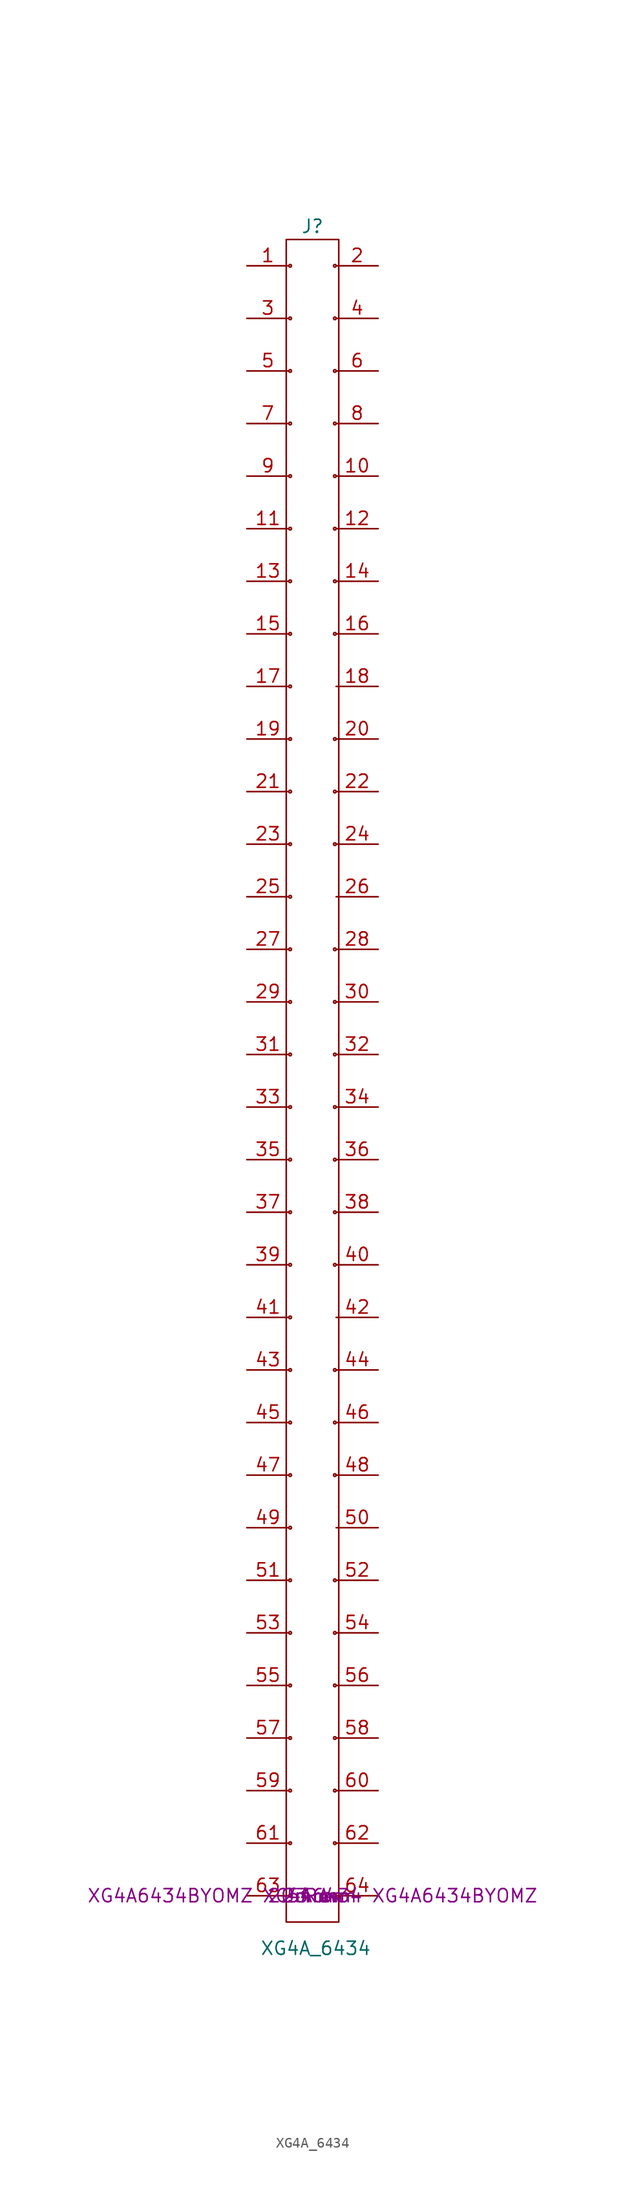
<source format=kicad_sym>
(kicad_symbol_lib
  (version 20220914)
  (generator kicad_symbol_editor)
  (symbol "XG4A_6434"
    (pin_names hide)
    (property "Reference" "J"
      (at 0 161.29 0)
      (effects (font (size 1.27 1.27))))
    (property "Value" "XG4A_6434"
      (at -5.08 -5.08 0)
      (effects (font (size 1.27 1.27)) (justify left)))
    (property "pitch" "2.54 mm"
      (at 0 0 0)
      (effects (font (size 1.27 1.27))))
    (property "Current Rating:" "3 A"
      (at 0 0 0)
      (effects (font (size 1.27 1.27))))
    (property "Number of Rows:" "2 Row"
      (at 0 0 0)
      (effects (font (size 1.27 1.27))))
    (property "Maker" "Omron"
      (at 0 0 0)
      (effects (font (size 1.27 1.27))))
    (property "Part # Aliases:" "XG4A6434BYOMZ XG4A6434 XG4A6434BYOMZ"
      (at 0 0 0)
      (effects (font (size 1.27 1.27))))
    (symbol "XG4A_6434_0_1"
      (rectangle (start -2.54 -2.54) (end 2.54 160.02) (stroke (width 0) (type default)) (fill (type none)))
      (circle (center -2.159 0) (radius 0.127) (stroke (width 0) (type default)) (fill (type none)))
      (circle (center -2.159 5.08) (radius 0.127) (stroke (width 0) (type default)) (fill (type none)))
      (circle (center -2.159 10.16) (radius 0.127) (stroke (width 0) (type default)) (fill (type none)))
      (circle (center -2.159 15.24) (radius 0.127) (stroke (width 0) (type default)) (fill (type none)))
      (circle (center -2.159 20.32) (radius 0.127) (stroke (width 0) (type default)) (fill (type none)))
      (circle (center -2.159 25.4) (radius 0.127) (stroke (width 0) (type default)) (fill (type none)))
      (circle (center -2.159 30.48) (radius 0.127) (stroke (width 0) (type default)) (fill (type none)))
      (circle (center -2.159 35.56) (radius 0.127) (stroke (width 0) (type default)) (fill (type none)))
      (circle (center -2.159 40.64) (radius 0.127) (stroke (width 0) (type default)) (fill (type none)))
      (circle (center -2.159 45.72) (radius 0.127) (stroke (width 0) (type default)) (fill (type none)))
      (circle (center -2.159 50.8) (radius 0.127) (stroke (width 0) (type default)) (fill (type none)))
      (circle (center -2.159 55.88) (radius 0.127) (stroke (width 0) (type default)) (fill (type none)))
      (circle (center -2.159 60.96) (radius 0.127) (stroke (width 0) (type default)) (fill (type none)))
      (circle (center -2.159 66.04) (radius 0.127) (stroke (width 0) (type default)) (fill (type none)))
      (circle (center -2.159 71.12) (radius 0.127) (stroke (width 0) (type default)) (fill (type none)))
      (circle (center -2.159 76.2) (radius 0.127) (stroke (width 0) (type default)) (fill (type none)))
      (circle (center -2.159 81.28) (radius 0.127) (stroke (width 0) (type default)) (fill (type none)))
      (circle (center -2.159 86.36) (radius 0.127) (stroke (width 0) (type default)) (fill (type none)))
      (circle (center -2.159 91.44) (radius 0.127) (stroke (width 0) (type default)) (fill (type none)))
      (circle (center -2.159 96.52) (radius 0.127) (stroke (width 0) (type default)) (fill (type none)))
      (circle (center -2.159 101.6) (radius 0.127) (stroke (width 0) (type default)) (fill (type none)))
      (circle (center -2.159 106.68) (radius 0.127) (stroke (width 0) (type default)) (fill (type none)))
      (circle (center -2.159 111.76) (radius 0.127) (stroke (width 0) (type default)) (fill (type none)))
      (circle (center -2.159 116.84) (radius 0.127) (stroke (width 0) (type default)) (fill (type none)))
      (circle (center -2.159 121.92) (radius 0.127) (stroke (width 0) (type default)) (fill (type none)))
      (circle (center -2.159 127) (radius 0.127) (stroke (width 0) (type default)) (fill (type none)))
      (circle (center -2.159 132.08) (radius 0.127) (stroke (width 0) (type default)) (fill (type none)))
      (circle (center -2.159 137.16) (radius 0.127) (stroke (width 0) (type default)) (fill (type none)))
      (circle (center -2.159 142.24) (radius 0.127) (stroke (width 0) (type default)) (fill (type none)))
      (circle (center -2.159 147.32) (radius 0.127) (stroke (width 0) (type default)) (fill (type none)))
      (circle (center -2.159 152.4) (radius 0.127) (stroke (width 0) (type default)) (fill (type none)))
      (circle (center -2.159 157.48) (radius 0.127) (stroke (width 0) (type default)) (fill (type none)))
      (circle (center 2.159 0) (radius 0.127) (stroke (width 0) (type default)) (fill (type none)))
      (circle (center 2.159 5.08) (radius 0.127) (stroke (width 0) (type default)) (fill (type none)))
      (circle (center 2.159 10.16) (radius 0.127) (stroke (width 0) (type default)) (fill (type none)))
      (circle (center 2.159 15.24) (radius 0.127) (stroke (width 0) (type default)) (fill (type none)))
      (circle (center 2.159 20.32) (radius 0.127) (stroke (width 0) (type default)) (fill (type none)))
      (circle (center 2.159 25.4) (radius 0.127) (stroke (width 0) (type default)) (fill (type none)))
      (circle (center 2.159 30.48) (radius 0.127) (stroke (width 0) (type default)) (fill (type none)))
      (circle (center 2.159 40.64) (radius 0.127) (stroke (width 0) (type default)) (fill (type none)))
      (circle (center 2.159 45.72) (radius 0.127) (stroke (width 0) (type default)) (fill (type none)))
      (circle (center 2.159 50.8) (radius 0.127) (stroke (width 0) (type default)) (fill (type none)))
      (circle (center 2.159 60.96) (radius 0.127) (stroke (width 0) (type default)) (fill (type none)))
      (circle (center 2.159 66.04) (radius 0.127) (stroke (width 0) (type default)) (fill (type none)))
      (circle (center 2.159 71.12) (radius 0.127) (stroke (width 0) (type default)) (fill (type none)))
      (circle (center 2.159 76.2) (radius 0.127) (stroke (width 0) (type default)) (fill (type none)))
      (circle (center 2.159 81.28) (radius 0.127) (stroke (width 0) (type default)) (fill (type none)))
      (circle (center 2.159 86.36) (radius 0.127) (stroke (width 0) (type default)) (fill (type none)))
      (circle (center 2.159 91.44) (radius 0.127) (stroke (width 0) (type default)) (fill (type none)))
      (circle (center 2.159 101.6) (radius 0.127) (stroke (width 0) (type default)) (fill (type none)))
      (circle (center 2.159 106.68) (radius 0.127) (stroke (width 0) (type default)) (fill (type none)))
      (circle (center 2.159 111.76) (radius 0.127) (stroke (width 0) (type default)) (fill (type none)))
      (circle (center 2.159 121.92) (radius 0.127) (stroke (width 0) (type default)) (fill (type none)))
      (circle (center 2.159 127) (radius 0.127) (stroke (width 0) (type default)) (fill (type none)))
      (circle (center 2.159 132.08) (radius 0.127) (stroke (width 0) (type default)) (fill (type none)))
      (circle (center 2.159 137.16) (radius 0.127) (stroke (width 0) (type default)) (fill (type none)))
      (circle (center 2.159 142.24) (radius 0.127) (stroke (width 0) (type default)) (fill (type none)))
      (circle (center 2.159 147.32) (radius 0.127) (stroke (width 0) (type default)) (fill (type none)))
      (circle (center 2.159 152.4) (radius 0.127) (stroke (width 0) (type default)) (fill (type none)))
      (circle (center 2.159 157.48) (radius 0.127) (stroke (width 0) (type default)) (fill (type none))))
    (symbol "XG4A_6434_1_1"
      (pin passive line (at -6.35 157.48 0) (length 4.064) (name "Pin_1" (effects (font (size 1.27 1.27)))) (number "1" (effects (font (size 1.27 1.27)))))
      (pin passive line (at 6.35 137.16 180) (length 4.064) (name "Pin_10" (effects (font (size 1.27 1.27)))) (number "10" (effects (font (size 1.27 1.27)))))
      (pin passive line (at -6.35 132.08 0) (length 4.064) (name "Pin_11" (effects (font (size 1.27 1.27)))) (number "11" (effects (font (size 1.27 1.27)))))
      (pin passive line (at 6.35 132.08 180) (length 4.064) (name "Pin_12" (effects (font (size 1.27 1.27)))) (number "12" (effects (font (size 1.27 1.27)))))
      (pin passive line (at -6.35 127 0) (length 4.064) (name "Pin_13" (effects (font (size 1.27 1.27)))) (number "13" (effects (font (size 1.27 1.27)))))
      (pin passive line (at 6.35 127 180) (length 4.064) (name "Pin_14" (effects (font (size 1.27 1.27)))) (number "14" (effects (font (size 1.27 1.27)))))
      (pin passive line (at -6.35 121.92 0) (length 4.064) (name "Pin_15" (effects (font (size 1.27 1.27)))) (number "15" (effects (font (size 1.27 1.27)))))
      (pin passive line (at 6.35 121.92 180) (length 4.064) (name "Pin_16" (effects (font (size 1.27 1.27)))) (number "16" (effects (font (size 1.27 1.27)))))
      (pin passive line (at -6.35 116.84 0) (length 4.064) (name "Pin_17" (effects (font (size 1.27 1.27)))) (number "17" (effects (font (size 1.27 1.27)))))
      (pin passive line (at 6.35 116.84 180) (length 4.064) (name "Pin_18" (effects (font (size 1.27 1.27)))) (number "18" (effects (font (size 1.27 1.27)))))
      (pin passive line (at -6.35 111.76 0) (length 4.064) (name "Pin_19" (effects (font (size 1.27 1.27)))) (number "19" (effects (font (size 1.27 1.27)))))
      (pin passive line (at 6.35 157.48 180) (length 4.064) (name "Pin_2" (effects (font (size 1.27 1.27)))) (number "2" (effects (font (size 1.27 1.27)))))
      (pin passive line (at 6.35 111.76 180) (length 4.064) (name "Pin_20" (effects (font (size 1.27 1.27)))) (number "20" (effects (font (size 1.27 1.27)))))
      (pin passive line (at -6.35 106.68 0) (length 4.064) (name "Pin_21" (effects (font (size 1.27 1.27)))) (number "21" (effects (font (size 1.27 1.27)))))
      (pin passive line (at 6.35 106.68 180) (length 4.064) (name "Pin_22" (effects (font (size 1.27 1.27)))) (number "22" (effects (font (size 1.27 1.27)))))
      (pin passive line (at -6.35 101.6 0) (length 4.064) (name "Pin_23" (effects (font (size 1.27 1.27)))) (number "23" (effects (font (size 1.27 1.27)))))
      (pin passive line (at 6.35 101.6 180) (length 4.064) (name "Pin_24" (effects (font (size 1.27 1.27)))) (number "24" (effects (font (size 1.27 1.27)))))
      (pin passive line (at -6.35 96.52 0) (length 4.064) (name "Pin_25" (effects (font (size 1.27 1.27)))) (number "25" (effects (font (size 1.27 1.27)))))
      (pin passive line (at 6.35 96.52 180) (length 4.064) (name "Pin_26" (effects (font (size 1.27 1.27)))) (number "26" (effects (font (size 1.27 1.27)))))
      (pin passive line (at -6.35 91.44 0) (length 4.064) (name "Pin_27" (effects (font (size 1.27 1.27)))) (number "27" (effects (font (size 1.27 1.27)))))
      (pin passive line (at 6.35 91.44 180) (length 4.064) (name "Pin_28" (effects (font (size 1.27 1.27)))) (number "28" (effects (font (size 1.27 1.27)))))
      (pin passive line (at -6.35 86.36 0) (length 4.064) (name "Pin_29" (effects (font (size 1.27 1.27)))) (number "29" (effects (font (size 1.27 1.27)))))
      (pin passive line (at -6.35 152.4 0) (length 4.064) (name "Pin_3" (effects (font (size 1.27 1.27)))) (number "3" (effects (font (size 1.27 1.27)))))
      (pin passive line (at 6.35 86.36 180) (length 4.064) (name "Pin_30" (effects (font (size 1.27 1.27)))) (number "30" (effects (font (size 1.27 1.27)))))
      (pin passive line (at -6.35 81.28 0) (length 4.064) (name "Pin_31" (effects (font (size 1.27 1.27)))) (number "31" (effects (font (size 1.27 1.27)))))
      (pin passive line (at 6.35 81.28 180) (length 4.064) (name "Pin_32" (effects (font (size 1.27 1.27)))) (number "32" (effects (font (size 1.27 1.27)))))
      (pin passive line (at -6.35 76.2 0) (length 4.064) (name "Pin_33" (effects (font (size 1.27 1.27)))) (number "33" (effects (font (size 1.27 1.27)))))
      (pin passive line (at 6.35 76.2 180) (length 4.064) (name "Pin_34" (effects (font (size 1.27 1.27)))) (number "34" (effects (font (size 1.27 1.27)))))
      (pin passive line (at -6.35 71.12 0) (length 4.064) (name "Pin_35" (effects (font (size 1.27 1.27)))) (number "35" (effects (font (size 1.27 1.27)))))
      (pin passive line (at 6.35 71.12 180) (length 4.064) (name "Pin_36" (effects (font (size 1.27 1.27)))) (number "36" (effects (font (size 1.27 1.27)))))
      (pin passive line (at -6.35 66.04 0) (length 4.064) (name "Pin_37" (effects (font (size 1.27 1.27)))) (number "37" (effects (font (size 1.27 1.27)))))
      (pin passive line (at 6.35 66.04 180) (length 4.064) (name "Pin_38" (effects (font (size 1.27 1.27)))) (number "38" (effects (font (size 1.27 1.27)))))
      (pin passive line (at -6.35 60.96 0) (length 4.064) (name "Pin_39" (effects (font (size 1.27 1.27)))) (number "39" (effects (font (size 1.27 1.27)))))
      (pin passive line (at 6.35 152.4 180) (length 4.064) (name "Pin_4" (effects (font (size 1.27 1.27)))) (number "4" (effects (font (size 1.27 1.27)))))
      (pin passive line (at 6.35 60.96 180) (length 4.064) (name "Pin_40" (effects (font (size 1.27 1.27)))) (number "40" (effects (font (size 1.27 1.27)))))
      (pin passive line (at -6.35 55.88 0) (length 4.064) (name "Pin_41" (effects (font (size 1.27 1.27)))) (number "41" (effects (font (size 1.27 1.27)))))
      (pin passive line (at 6.35 55.88 180) (length 4.064) (name "Pin_42" (effects (font (size 1.27 1.27)))) (number "42" (effects (font (size 1.27 1.27)))))
      (pin passive line (at -6.35 50.8 0) (length 4.064) (name "Pin_43" (effects (font (size 1.27 1.27)))) (number "43" (effects (font (size 1.27 1.27)))))
      (pin passive line (at 6.35 50.8 180) (length 4.064) (name "Pin_44" (effects (font (size 1.27 1.27)))) (number "44" (effects (font (size 1.27 1.27)))))
      (pin passive line (at -6.35 45.72 0) (length 4.064) (name "Pin_45" (effects (font (size 1.27 1.27)))) (number "45" (effects (font (size 1.27 1.27)))))
      (pin passive line (at 6.35 45.72 180) (length 4.064) (name "Pin_46" (effects (font (size 1.27 1.27)))) (number "46" (effects (font (size 1.27 1.27)))))
      (pin passive line (at -6.35 40.64 0) (length 4.064) (name "Pin_47" (effects (font (size 1.27 1.27)))) (number "47" (effects (font (size 1.27 1.27)))))
      (pin passive line (at 6.35 40.64 180) (length 4.064) (name "Pin_48" (effects (font (size 1.27 1.27)))) (number "48" (effects (font (size 1.27 1.27)))))
      (pin passive line (at -6.35 35.56 0) (length 4.064) (name "Pin_49" (effects (font (size 1.27 1.27)))) (number "49" (effects (font (size 1.27 1.27)))))
      (pin passive line (at -6.35 147.32 0) (length 4.064) (name "Pin_5" (effects (font (size 1.27 1.27)))) (number "5" (effects (font (size 1.27 1.27)))))
      (pin passive line (at 6.35 35.56 180) (length 4.064) (name "Pin_50" (effects (font (size 1.27 1.27)))) (number "50" (effects (font (size 1.27 1.27)))))
      (pin passive line (at -6.35 30.48 0) (length 4.064) (name "Pin_51" (effects (font (size 1.27 1.27)))) (number "51" (effects (font (size 1.27 1.27)))))
      (pin passive line (at 6.35 30.48 180) (length 4.064) (name "Pin_52" (effects (font (size 1.27 1.27)))) (number "52" (effects (font (size 1.27 1.27)))))
      (pin passive line (at -6.35 25.4 0) (length 4.064) (name "Pin_53" (effects (font (size 1.27 1.27)))) (number "53" (effects (font (size 1.27 1.27)))))
      (pin passive line (at 6.35 25.4 180) (length 4.064) (name "Pin_54" (effects (font (size 1.27 1.27)))) (number "54" (effects (font (size 1.27 1.27)))))
      (pin passive line (at -6.35 20.32 0) (length 4.064) (name "Pin_55" (effects (font (size 1.27 1.27)))) (number "55" (effects (font (size 1.27 1.27)))))
      (pin passive line (at 6.35 20.32 180) (length 4.064) (name "Pin_56" (effects (font (size 1.27 1.27)))) (number "56" (effects (font (size 1.27 1.27)))))
      (pin passive line (at -6.35 15.24 0) (length 4.064) (name "Pin_57" (effects (font (size 1.27 1.27)))) (number "57" (effects (font (size 1.27 1.27)))))
      (pin passive line (at 6.35 15.24 180) (length 4.064) (name "Pin_58" (effects (font (size 1.27 1.27)))) (number "58" (effects (font (size 1.27 1.27)))))
      (pin passive line (at -6.35 10.16 0) (length 4.064) (name "Pin_59" (effects (font (size 1.27 1.27)))) (number "59" (effects (font (size 1.27 1.27)))))
      (pin passive line (at 6.35 147.32 180) (length 4.064) (name "Pin_6" (effects (font (size 1.27 1.27)))) (number "6" (effects (font (size 1.27 1.27)))))
      (pin passive line (at 6.35 10.16 180) (length 4.064) (name "Pin_60" (effects (font (size 1.27 1.27)))) (number "60" (effects (font (size 1.27 1.27)))))
      (pin passive line (at -6.35 5.08 0) (length 4.064) (name "Pin_61" (effects (font (size 1.27 1.27)))) (number "61" (effects (font (size 1.27 1.27)))))
      (pin passive line (at 6.35 5.08 180) (length 4.064) (name "Pin_62" (effects (font (size 1.27 1.27)))) (number "62" (effects (font (size 1.27 1.27)))))
      (pin passive line (at -6.35 0 0) (length 4.064) (name "Pin_63" (effects (font (size 1.27 1.27)))) (number "63" (effects (font (size 1.27 1.27)))))
      (pin passive line (at 6.35 0 180) (length 4.064) (name "Pin_64" (effects (font (size 1.27 1.27)))) (number "64" (effects (font (size 1.27 1.27)))))
      (pin passive line (at -6.35 142.24 0) (length 4.064) (name "Pin_7" (effects (font (size 1.27 1.27)))) (number "7" (effects (font (size 1.27 1.27)))))
      (pin passive line (at 6.35 142.24 180) (length 4.064) (name "Pin_8" (effects (font (size 1.27 1.27)))) (number "8" (effects (font (size 1.27 1.27)))))
      (pin passive line (at -6.35 137.16 0) (length 4.064) (name "Pin_9" (effects (font (size 1.27 1.27)))) (number "9" (effects (font (size 1.27 1.27))))))))
</source>
